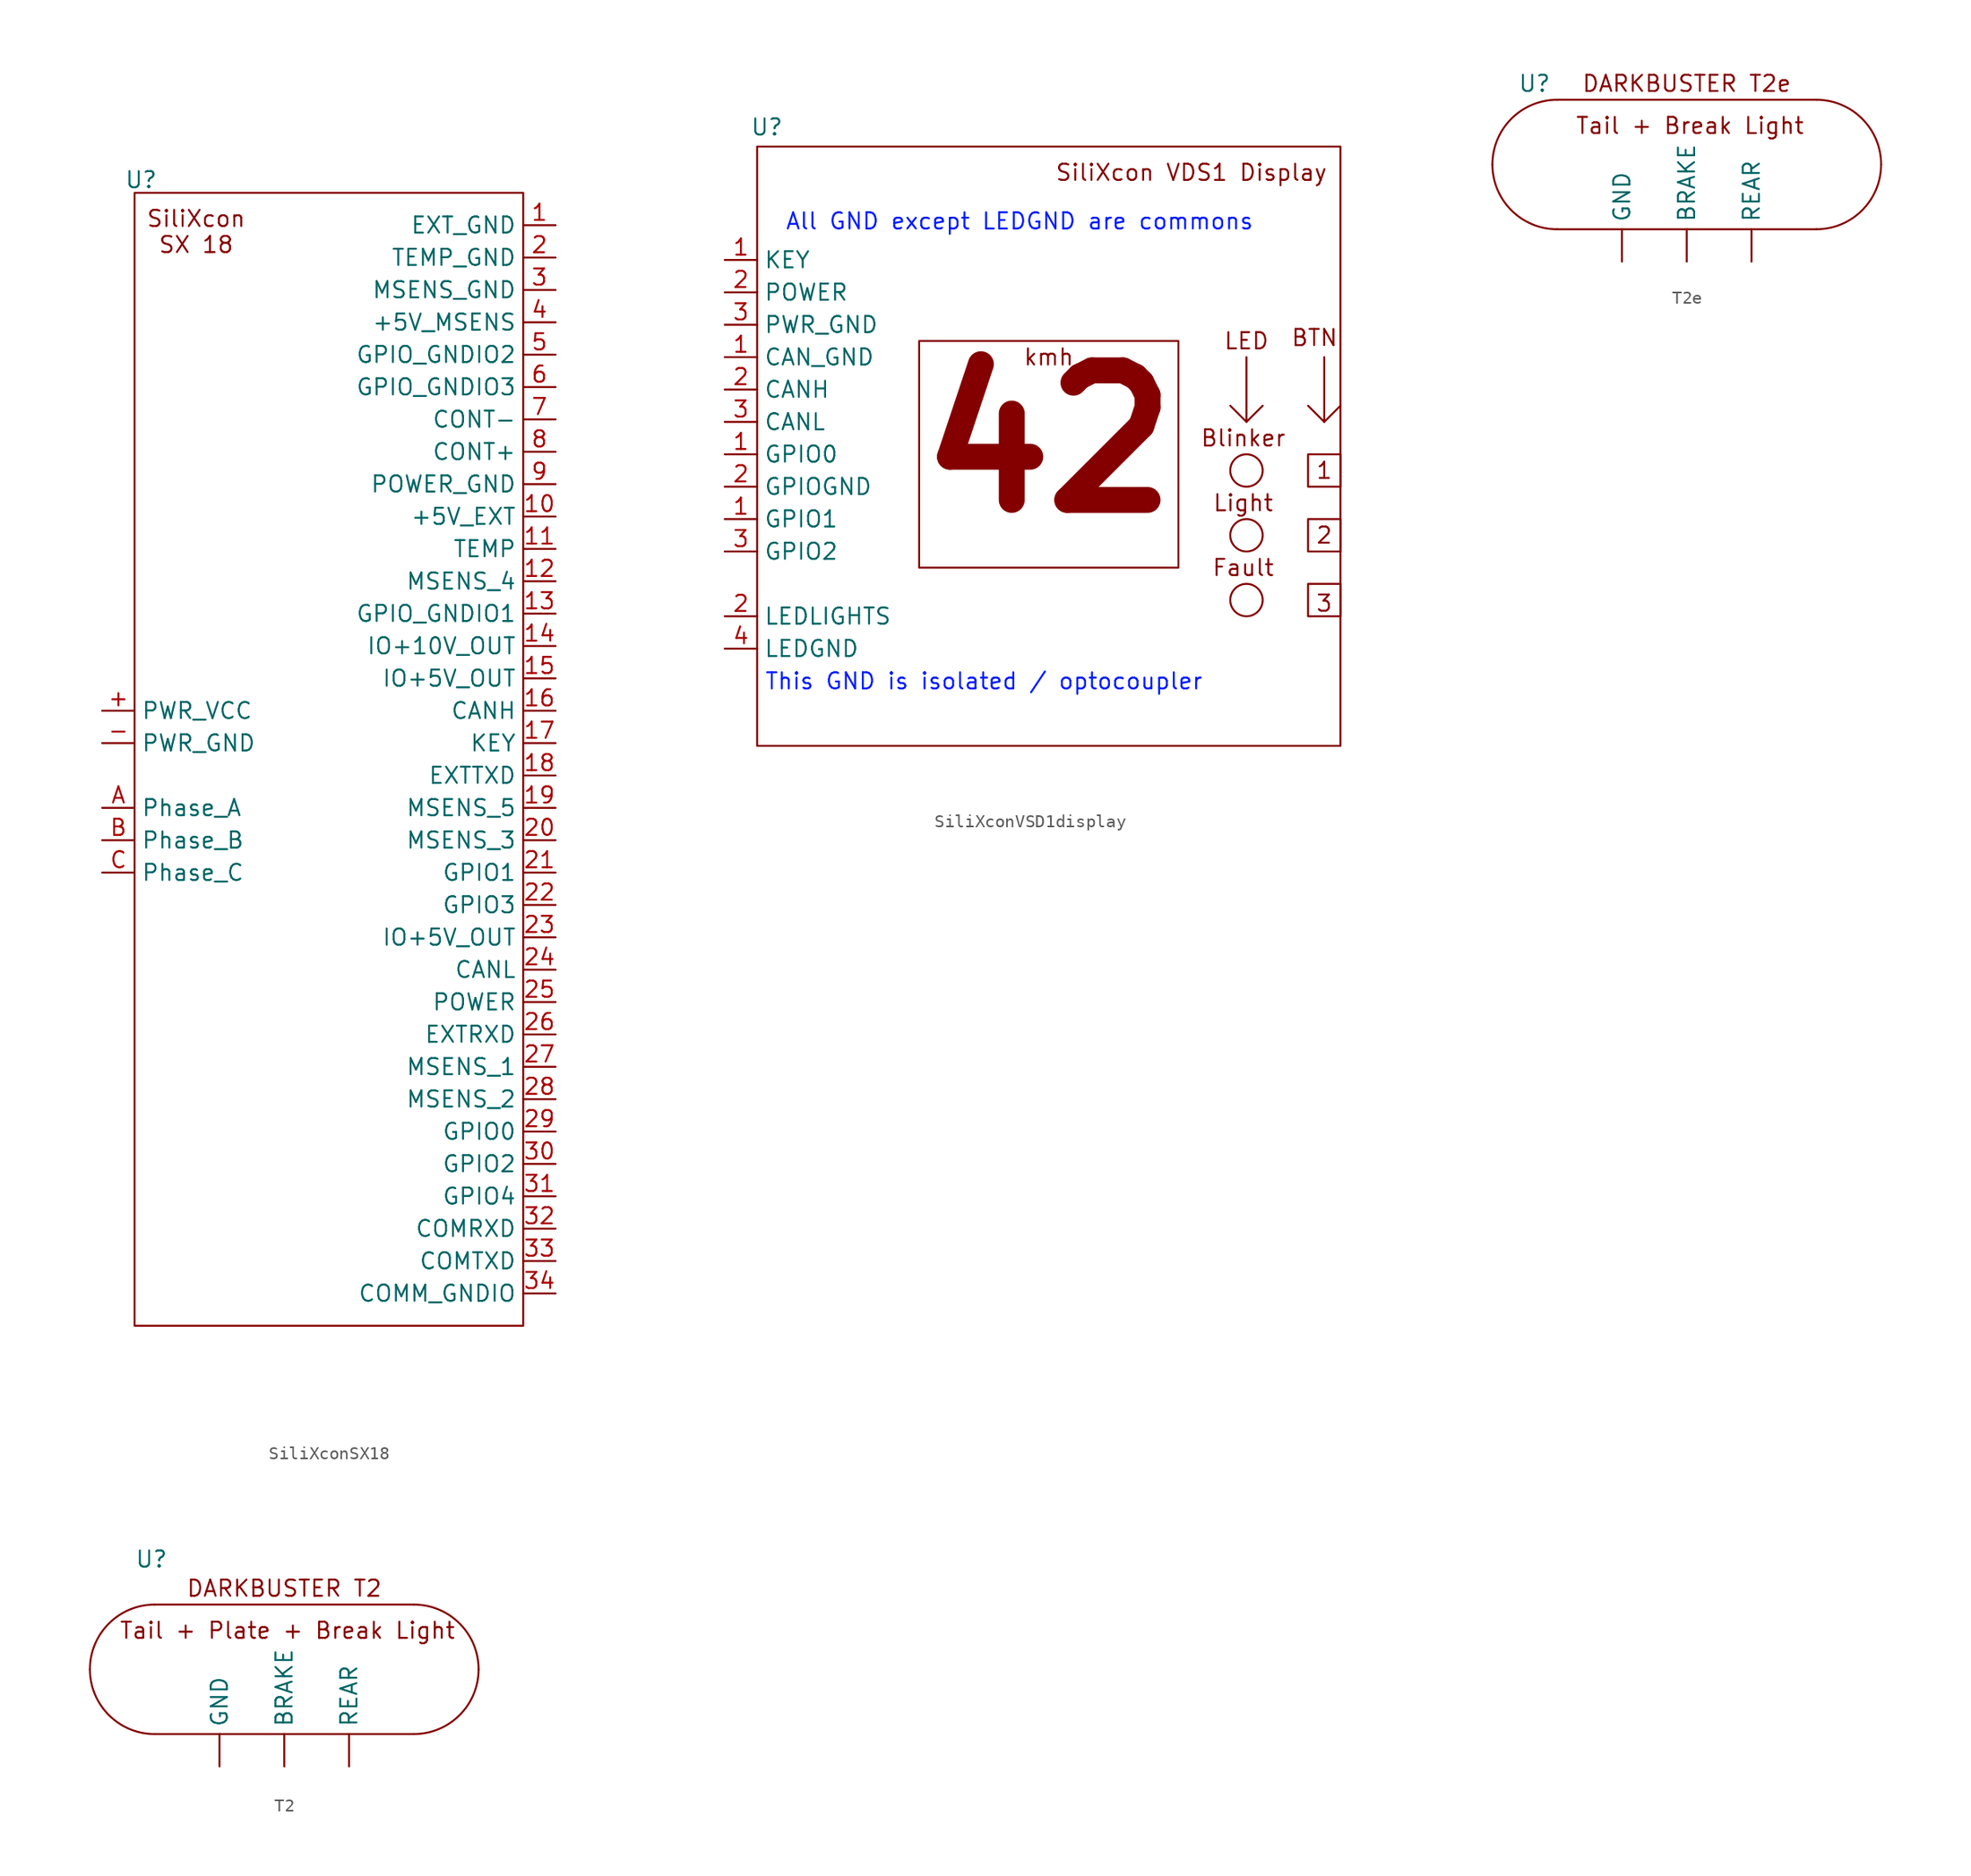
<source format=kicad_sym>
(kicad_symbol_lib
  (version 20241209)
  (generator "kicad_symbol_editor")
  (generator_version "9.0")
  (symbol "SiliXconSX18"
    (property "Reference" "U"
      (at -17.272 46.736 0)
      (effects (font (size 1.27 1.27))))
    (property "Value" ""
      (at 0 0 0)
      (effects (font (size 1.27 1.27))))
    (symbol "SiliXconSX18_0_1"
      (rectangle (start -17.78 45.72) (end 12.7 -43.18) (stroke (width 0) (type default)) (fill (type none))))
    (symbol "SiliXconSX18_1_1"
      (text "SiliXcon\nSX 18" (at -12.954 42.672 0) (effects (font (size 1.27 1.27))))
      (pin input line (at -20.32 5.08 0) (length 2.54) (name "PWR_VCC" (effects (font (size 1.27 1.27)))) (number "+" (effects (font (size 1.27 1.27)))))
      (pin input line (at -20.32 2.54 0) (length 2.54) (name "PWR_GND" (effects (font (size 1.27 1.27)))) (number "-" (effects (font (size 1.27 1.27)))))
      (pin input line (at -20.32 -2.54 0) (length 2.54) (name "Phase_A" (effects (font (size 1.27 1.27)))) (number "A" (effects (font (size 1.27 1.27)))))
      (pin input line (at -20.32 -5.08 0) (length 2.54) (name "Phase_B" (effects (font (size 1.27 1.27)))) (number "B" (effects (font (size 1.27 1.27)))))
      (pin input line (at -20.32 -7.62 0) (length 2.54) (name "Phase_C" (effects (font (size 1.27 1.27)))) (number "C" (effects (font (size 1.27 1.27)))))
      (pin input line (at 15.24 43.18 180) (length 2.54) (name "EXT_GND" (effects (font (size 1.27 1.27)))) (number "1" (effects (font (size 1.27 1.27)))))
      (pin input line (at 15.24 40.64 180) (length 2.54) (name "TEMP_GND" (effects (font (size 1.27 1.27)))) (number "2" (effects (font (size 1.27 1.27)))))
      (pin input line (at 15.24 38.1 180) (length 2.54) (name "MSENS_GND" (effects (font (size 1.27 1.27)))) (number "3" (effects (font (size 1.27 1.27)))))
      (pin input line (at 15.24 35.56 180) (length 2.54) (name "+5V_MSENS" (effects (font (size 1.27 1.27)))) (number "4" (effects (font (size 1.27 1.27)))))
      (pin input line (at 15.24 33.02 180) (length 2.54) (name "GPIO_GNDIO2" (effects (font (size 1.27 1.27)))) (number "5" (effects (font (size 1.27 1.27)))))
      (pin input line (at 15.24 30.48 180) (length 2.54) (name "GPIO_GNDIO3" (effects (font (size 1.27 1.27)))) (number "6" (effects (font (size 1.27 1.27)))))
      (pin input line (at 15.24 27.94 180) (length 2.54) (name "CONT-" (effects (font (size 1.27 1.27)))) (number "7" (effects (font (size 1.27 1.27)))))
      (pin input line (at 15.24 25.4 180) (length 2.54) (name "CONT+" (effects (font (size 1.27 1.27)))) (number "8" (effects (font (size 1.27 1.27)))))
      (pin input line (at 15.24 22.86 180) (length 2.54) (name "POWER_GND" (effects (font (size 1.27 1.27)))) (number "9" (effects (font (size 1.27 1.27)))))
      (pin input line (at 15.24 20.32 180) (length 2.54) (name "+5V_EXT" (effects (font (size 1.27 1.27)))) (number "10" (effects (font (size 1.27 1.27)))))
      (pin input line (at 15.24 17.78 180) (length 2.54) (name "TEMP" (effects (font (size 1.27 1.27)))) (number "11" (effects (font (size 1.27 1.27)))))
      (pin input line (at 15.24 15.24 180) (length 2.54) (name "MSENS_4" (effects (font (size 1.27 1.27)))) (number "12" (effects (font (size 1.27 1.27)))))
      (pin input line (at 15.24 12.7 180) (length 2.54) (name "GPIO_GNDIO1" (effects (font (size 1.27 1.27)))) (number "13" (effects (font (size 1.27 1.27)))))
      (pin input line (at 15.24 10.16 180) (length 2.54) (name "IO+10V_OUT" (effects (font (size 1.27 1.27)))) (number "14" (effects (font (size 1.27 1.27)))))
      (pin input line (at 15.24 7.62 180) (length 2.54) (name "IO+5V_OUT" (effects (font (size 1.27 1.27)))) (number "15" (effects (font (size 1.27 1.27)))))
      (pin input line (at 15.24 5.08 180) (length 2.54) (name "CANH" (effects (font (size 1.27 1.27)))) (number "16" (effects (font (size 1.27 1.27)))))
      (pin input line (at 15.24 2.54 180) (length 2.54) (name "KEY" (effects (font (size 1.27 1.27)))) (number "17" (effects (font (size 1.27 1.27)))))
      (pin input line (at 15.24 0 180) (length 2.54) (name "EXTTXD" (effects (font (size 1.27 1.27)))) (number "18" (effects (font (size 1.27 1.27)))))
      (pin input line (at 15.24 -2.54 180) (length 2.54) (name "MSENS_5" (effects (font (size 1.27 1.27)))) (number "19" (effects (font (size 1.27 1.27)))))
      (pin input line (at 15.24 -5.08 180) (length 2.54) (name "MSENS_3" (effects (font (size 1.27 1.27)))) (number "20" (effects (font (size 1.27 1.27)))))
      (pin input line (at 15.24 -7.62 180) (length 2.54) (name "GPIO1" (effects (font (size 1.27 1.27)))) (number "21" (effects (font (size 1.27 1.27)))))
      (pin input line (at 15.24 -10.16 180) (length 2.54) (name "GPIO3" (effects (font (size 1.27 1.27)))) (number "22" (effects (font (size 1.27 1.27)))))
      (pin input line (at 15.24 -12.7 180) (length 2.54) (name "IO+5V_OUT" (effects (font (size 1.27 1.27)))) (number "23" (effects (font (size 1.27 1.27)))))
      (pin input line (at 15.24 -15.24 180) (length 2.54) (name "CANL" (effects (font (size 1.27 1.27)))) (number "24" (effects (font (size 1.27 1.27)))))
      (pin input line (at 15.24 -17.78 180) (length 2.54) (name "POWER" (effects (font (size 1.27 1.27)))) (number "25" (effects (font (size 1.27 1.27)))))
      (pin input line (at 15.24 -20.32 180) (length 2.54) (name "EXTRXD" (effects (font (size 1.27 1.27)))) (number "26" (effects (font (size 1.27 1.27)))))
      (pin input line (at 15.24 -22.86 180) (length 2.54) (name "MSENS_1" (effects (font (size 1.27 1.27)))) (number "27" (effects (font (size 1.27 1.27)))))
      (pin input line (at 15.24 -25.4 180) (length 2.54) (name "MSENS_2" (effects (font (size 1.27 1.27)))) (number "28" (effects (font (size 1.27 1.27)))))
      (pin input line (at 15.24 -27.94 180) (length 2.54) (name "GPIO0" (effects (font (size 1.27 1.27)))) (number "29" (effects (font (size 1.27 1.27)))))
      (pin input line (at 15.24 -30.48 180) (length 2.54) (name "GPIO2" (effects (font (size 1.27 1.27)))) (number "30" (effects (font (size 1.27 1.27)))))
      (pin input line (at 15.24 -33.02 180) (length 2.54) (name "GPIO4" (effects (font (size 1.27 1.27)))) (number "31" (effects (font (size 1.27 1.27)))))
      (pin input line (at 15.24 -35.56 180) (length 2.54) (name "COMRXD" (effects (font (size 1.27 1.27)))) (number "32" (effects (font (size 1.27 1.27)))))
      (pin input line (at 15.24 -38.1 180) (length 2.54) (name "COMTXD" (effects (font (size 1.27 1.27)))) (number "33" (effects (font (size 1.27 1.27)))))
      (pin input line (at 15.24 -40.64 180) (length 2.54) (name "COMM_GNDIO" (effects (font (size 1.27 1.27)))) (number "34" (effects (font (size 1.27 1.27)))))))
  (symbol "SiliXconVSD1display"
    (property "Reference" "U"
      (at -19.558 25.654 0)
      (effects (font (size 1.27 1.27))))
    (property "Value" ""
      (at 0 0 0)
      (effects (font (size 1.27 1.27))))
    (symbol "SiliXconVSD1display_0_1"
      (rectangle (start -20.32 24.13) (end 25.4 -22.86) (stroke (width 0) (type default)) (fill (type none)))
      (rectangle (start -7.62 8.89) (end 12.7 -8.89) (stroke (width 0) (type default)) (fill (type none)))
      (polyline (pts (xy 18.034 7.62) (xy 18.034 2.54) (xy 19.304 3.81)) (stroke (width 0) (type default)) (fill (type none)))
      (polyline (pts (xy 18.034 2.54) (xy 16.764 3.81)) (stroke (width 0) (type default)) (fill (type none)))
      (circle (center 18.034 -1.27) (radius 1.27) (stroke (width 0) (type default)) (fill (type none)))
      (circle (center 18.034 -6.35) (radius 1.27) (stroke (width 0) (type default)) (fill (type none)))
      (circle (center 18.034 -11.43) (radius 1.27) (stroke (width 0) (type default)) (fill (type none)))
      (polyline (pts (xy 24.13 7.62) (xy 24.13 2.54) (xy 22.86 3.81)) (stroke (width 0) (type default)) (fill (type none)))
      (polyline (pts (xy 24.13 2.54) (xy 25.4 3.81)) (stroke (width 0) (type default)) (fill (type none)))
      (rectangle (start 25.4 -2.54) (end 22.86 0) (stroke (width 0) (type default)) (fill (type none)))
      (rectangle (start 25.4 -7.62) (end 22.86 -5.08) (stroke (width 0) (type default)) (fill (type none)))
      (rectangle (start 25.4 -12.7) (end 22.86 -10.16) (stroke (width 0) (type default)) (fill (type none))))
    (symbol "SiliXconVSD1display_1_1"
      (text "This GND is isolated / optocoupler" (at -2.54 -17.78 0) (effects (font (size 1.27 1.27) (color 0 27 255 1))))
      (text "All GND except LEDGND are commons" (at 0.254 18.288 0) (effects (font (size 1.27 1.27) (color 0 27 255 1))))
      (text "kmh" (at 2.54 7.62 0) (effects (font (size 1.27 1.27))))
      (text "42" (at 2.54 1.016 0) (effects (font (size 10.16 10.16) (thickness 2.032) (bold yes))))
      (text "SiliXcon VDS1 Display" (at 13.716 22.098 0) (effects (font (size 1.27 1.27))))
      (text "Blinker" (at 17.78 1.27 0) (effects (font (size 1.27 1.27))))
      (text "Light" (at 17.78 -3.81 0) (effects (font (size 1.27 1.27))))
      (text "Fault" (at 17.78 -8.89 0) (effects (font (size 1.27 1.27))))
      (text "LED" (at 18.034 8.89 0) (effects (font (size 1.27 1.27))))
      (text "BTN" (at 23.368 9.144 0) (effects (font (size 1.27 1.27))))
      (text "1" (at 24.13 -1.27 0) (effects (font (size 1.27 1.27))))
      (text "2" (at 24.13 -6.35 0) (effects (font (size 1.27 1.27))))
      (text "3" (at 24.13 -11.684 0) (effects (font (size 1.27 1.27))))
      (pin input line (at -22.86 15.24 0) (length 2.54) (name "KEY" (effects (font (size 1.27 1.27)))) (number "1" (effects (font (size 1.27 1.27)))))
      (pin input line (at -22.86 12.7 0) (length 2.54) (name "POWER" (effects (font (size 1.27 1.27)))) (number "2" (effects (font (size 1.27 1.27)))))
      (pin input line (at -22.86 10.16 0) (length 2.54) (name "PWR_GND" (effects (font (size 1.27 1.27)))) (number "3" (effects (font (size 1.27 1.27)))))
      (pin input line (at -22.86 7.62 0) (length 2.54) (name "CAN_GND" (effects (font (size 1.27 1.27)))) (number "1" (effects (font (size 1.27 1.27)))))
      (pin input line (at -22.86 5.08 0) (length 2.54) (name "CANH" (effects (font (size 1.27 1.27)))) (number "2" (effects (font (size 1.27 1.27)))))
      (pin input line (at -22.86 2.54 0) (length 2.54) (name "CANL" (effects (font (size 1.27 1.27)))) (number "3" (effects (font (size 1.27 1.27)))))
      (pin input line (at -22.86 0 0) (length 2.54) (name "GPIO0" (effects (font (size 1.27 1.27)))) (number "1" (effects (font (size 1.27 1.27)))))
      (pin input line (at -22.86 -2.54 0) (length 2.54) (name "GPIOGND" (effects (font (size 1.27 1.27)))) (number "2" (effects (font (size 1.27 1.27)))))
      (pin input line (at -22.86 -5.08 0) (length 2.54) (name "GPIO1" (effects (font (size 1.27 1.27)))) (number "1" (effects (font (size 1.27 1.27)))))
      (pin input line (at -22.86 -7.62 0) (length 2.54) (name "GPIO2" (effects (font (size 1.27 1.27)))) (number "3" (effects (font (size 1.27 1.27)))))
      (pin input line (at -22.86 -12.7 0) (length 2.54) (name "LEDLIGHTS" (effects (font (size 1.27 1.27)))) (number "2" (effects (font (size 1.27 1.27)))))
      (pin input line (at -22.86 -15.24 0) (length 2.54) (name "LEDGND" (effects (font (size 1.27 1.27)))) (number "4" (effects (font (size 1.27 1.27)))))))
  (symbol "T2e"
    (property "Reference" "U"
      (at -11.938 6.35 0)
      (effects (font (size 1.27 1.27))))
    (property "Value" ""
      (at 0 0 0)
      (effects (font (size 1.27 1.27))))
    (symbol "T2e_0_1"
      (polyline (pts (xy -10.16 5.08) (xy 10.16 5.08)) (stroke (width 0) (type default)) (fill (type none)))
      (arc (start -15.2393 -0.0005) (mid -13.7516 3.5916) (end -10.1595 5.0793) (stroke (width 0) (type default)) (fill (type none)))
      (arc (start -10.1595 -5.0793) (mid -13.7516 -3.5916) (end -15.2393 0.0005) (stroke (width 0) (type default)) (fill (type none)))
      (arc (start 10.16 5.08) (mid 13.7521 3.5923) (end 15.2398 0.0002) (stroke (width 0) (type default)) (fill (type none)))
      (arc (start 15.2393 0.0005) (mid 13.7516 -3.5916) (end 10.1595 -5.0793) (stroke (width 0) (type default)) (fill (type none)))
      (polyline (pts (xy 10.16 -5.08) (xy -10.16 -5.08)) (stroke (width 0) (type default)) (fill (type none))))
    (symbol "T2e_1_1"
      (text "DARKBUSTER T2e" (at 0 6.35 0) (effects (font (size 1.27 1.27))))
      (text "Tail + Break Light" (at 0.254 3.048 0) (effects (font (size 1.27 1.27))))
      (pin input line (at -5.08 -7.62 90) (length 2.54) (name "GND" (effects (font (size 1.27 1.27)))) (number "" (effects (font (size 1.27 1.27)))))
      (pin input line (at 0 -7.62 90) (length 2.54) (name "BRAKE" (effects (font (size 1.27 1.27)))) (number "" (effects (font (size 1.27 1.27)))))
      (pin input line (at 5.08 -7.62 90) (length 2.54) (name "REAR" (effects (font (size 1.27 1.27)))) (number "" (effects (font (size 1.27 1.27)))))))
  (symbol "T2"
    (property "Reference" "U"
      (at -10.414 8.636 0)
      (effects (font (size 1.27 1.27))))
    (property "Value" ""
      (at 0 0 0)
      (effects (font (size 1.27 1.27))))
    (symbol "T2_0_1"
      (polyline (pts (xy -10.16 5.08) (xy 10.16 5.08)) (stroke (width 0) (type default)) (fill (type none)))
      (arc (start -15.2393 -0.0005) (mid -13.7516 3.5916) (end -10.1595 5.0793) (stroke (width 0) (type default)) (fill (type none)))
      (arc (start -10.1595 -5.0793) (mid -13.7516 -3.5916) (end -15.2393 0.0005) (stroke (width 0) (type default)) (fill (type none)))
      (arc (start 10.16 5.08) (mid 13.7521 3.5923) (end 15.2398 0.0002) (stroke (width 0) (type default)) (fill (type none)))
      (arc (start 15.2393 0.0005) (mid 13.7516 -3.5916) (end 10.1595 -5.0793) (stroke (width 0) (type default)) (fill (type none)))
      (polyline (pts (xy 10.16 -5.08) (xy -10.16 -5.08)) (stroke (width 0) (type default)) (fill (type none))))
    (symbol "T2_1_1"
      (text "DARKBUSTER T2" (at 0 6.35 0) (effects (font (size 1.27 1.27))))
      (text "Tail + Plate + Break Light" (at 0.254 3.048 0) (effects (font (size 1.27 1.27))))
      (pin input line (at -5.08 -7.62 90) (length 2.54) (name "GND" (effects (font (size 1.27 1.27)))) (number "" (effects (font (size 1.27 1.27)))))
      (pin input line (at 0 -7.62 90) (length 2.54) (name "BRAKE" (effects (font (size 1.27 1.27)))) (number "" (effects (font (size 1.27 1.27)))))
      (pin input line (at 5.08 -7.62 90) (length 2.54) (name "REAR" (effects (font (size 1.27 1.27)))) (number "" (effects (font (size 1.27 1.27))))))))
</source>
